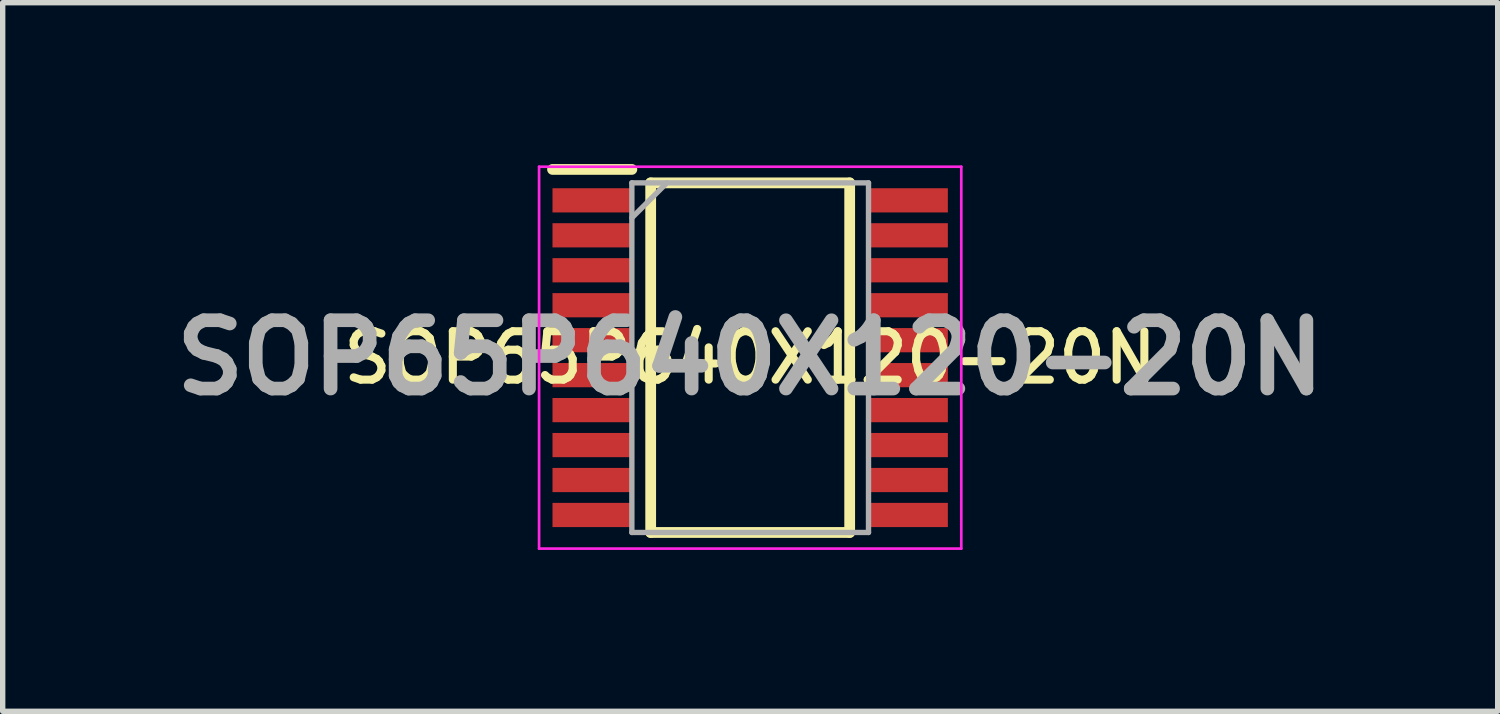
<source format=kicad_pcb>
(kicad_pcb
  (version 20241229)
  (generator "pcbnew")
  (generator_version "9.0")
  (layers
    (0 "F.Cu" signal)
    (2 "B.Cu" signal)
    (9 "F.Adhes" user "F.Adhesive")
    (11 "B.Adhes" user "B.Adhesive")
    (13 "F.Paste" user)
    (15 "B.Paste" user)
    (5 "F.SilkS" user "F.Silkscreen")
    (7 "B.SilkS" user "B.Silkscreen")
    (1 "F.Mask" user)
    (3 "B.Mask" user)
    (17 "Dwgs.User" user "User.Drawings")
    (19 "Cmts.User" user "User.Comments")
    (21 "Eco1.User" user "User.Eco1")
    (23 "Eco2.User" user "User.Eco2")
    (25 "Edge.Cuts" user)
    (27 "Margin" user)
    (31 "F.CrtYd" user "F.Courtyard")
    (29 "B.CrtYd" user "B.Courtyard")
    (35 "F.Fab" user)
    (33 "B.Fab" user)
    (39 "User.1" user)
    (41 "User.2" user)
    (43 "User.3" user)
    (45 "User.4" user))
  (footprint "SOP65P640X120-20N"
    (layer "F.Cu")
    (at 10.898 3.6)
    (property "Reference" "SOP65P640X120-20N" (at 0 0 0) (layer "F.SilkS") (effects (font (size 0.9 0.9) (thickness 0.15) (bold yes))))
    (attr smd)
    (fp_line (start -3.675 -3.5) (end -2.2 -3.5) (stroke (width 0.2) (type solid)) (layer "F.SilkS"))
    (fp_line (start -1.85 -3.25) (end 1.85 -3.25) (stroke (width 0.2) (type solid)) (layer "F.SilkS"))
    (fp_line (start -1.85 3.25) (end -1.85 -3.25) (stroke (width 0.2) (type solid)) (layer "F.SilkS"))
    (fp_line (start 1.85 -3.25) (end 1.85 3.25) (stroke (width 0.2) (type solid)) (layer "F.SilkS"))
    (fp_line (start 1.85 3.25) (end -1.85 3.25) (stroke (width 0.2) (type solid)) (layer "F.SilkS"))
    (fp_line (start -3.925 -3.55) (end 3.925 -3.55) (stroke (width 0.05) (type solid)) (layer "F.CrtYd"))
    (fp_line (start -3.925 3.55) (end -3.925 -3.55) (stroke (width 0.05) (type solid)) (layer "F.CrtYd"))
    (fp_line (start 3.925 -3.55) (end 3.925 3.55) (stroke (width 0.05) (type solid)) (layer "F.CrtYd"))
    (fp_line (start 3.925 3.55) (end -3.925 3.55) (stroke (width 0.05) (type solid)) (layer "F.CrtYd"))
    (fp_line (start -2.2 -3.25) (end 2.2 -3.25) (stroke (width 0.1) (type solid)) (layer "F.Fab"))
    (fp_line (start -2.2 -2.6) (end -1.55 -3.25) (stroke (width 0.1) (type solid)) (layer "F.Fab"))
    (fp_line (start -2.2 3.25) (end -2.2 -3.25) (stroke (width 0.1) (type solid)) (layer "F.Fab"))
    (fp_line (start 2.2 -3.25) (end 2.2 3.25) (stroke (width 0.1) (type solid)) (layer "F.Fab"))
    (fp_line (start 2.2 3.25) (end -2.2 3.25) (stroke (width 0.1) (type solid)) (layer "F.Fab"))
    (fp_text user "${REFERENCE}" (at 0 0 0) (layer "F.Fab") (effects (font (size 1.27 1.27) (thickness 0.254))))
    (pad "1" smd rect (at -2.938 -2.925 90) (size 0.45 1.475) (layers "F.Cu" "F.Mask" "F.Paste"))
    (pad "2" smd rect (at -2.938 -2.275 90) (size 0.45 1.475) (layers "F.Cu" "F.Mask" "F.Paste"))
    (pad "3" smd rect (at -2.938 -1.625 90) (size 0.45 1.475) (layers "F.Cu" "F.Mask" "F.Paste"))
    (pad "4" smd rect (at -2.938 -0.975 90) (size 0.45 1.475) (layers "F.Cu" "F.Mask" "F.Paste"))
    (pad "5" smd rect (at -2.938 -0.325 90) (size 0.45 1.475) (layers "F.Cu" "F.Mask" "F.Paste"))
    (pad "6" smd rect (at -2.938 0.325 90) (size 0.45 1.475) (layers "F.Cu" "F.Mask" "F.Paste"))
    (pad "7" smd rect (at -2.938 0.975 90) (size 0.45 1.475) (layers "F.Cu" "F.Mask" "F.Paste"))
    (pad "8" smd rect (at -2.938 1.625 90) (size 0.45 1.475) (layers "F.Cu" "F.Mask" "F.Paste"))
    (pad "9" smd rect (at -2.938 2.275 90) (size 0.45 1.475) (layers "F.Cu" "F.Mask" "F.Paste"))
    (pad "10" smd rect (at -2.938 2.925 90) (size 0.45 1.475) (layers "F.Cu" "F.Mask" "F.Paste"))
    (pad "11" smd rect (at 2.938 2.925 90) (size 0.45 1.475) (layers "F.Cu" "F.Mask" "F.Paste"))
    (pad "12" smd rect (at 2.938 2.275 90) (size 0.45 1.475) (layers "F.Cu" "F.Mask" "F.Paste"))
    (pad "13" smd rect (at 2.938 1.625 90) (size 0.45 1.475) (layers "F.Cu" "F.Mask" "F.Paste"))
    (pad "14" smd rect (at 2.938 0.975 90) (size 0.45 1.475) (layers "F.Cu" "F.Mask" "F.Paste"))
    (pad "15" smd rect (at 2.938 0.325 90) (size 0.45 1.475) (layers "F.Cu" "F.Mask" "F.Paste"))
    (pad "16" smd rect (at 2.938 -0.325 90) (size 0.45 1.475) (layers "F.Cu" "F.Mask" "F.Paste"))
    (pad "17" smd rect (at 2.938 -0.975 90) (size 0.45 1.475) (layers "F.Cu" "F.Mask" "F.Paste"))
    (pad "18" smd rect (at 2.938 -1.625 90) (size 0.45 1.475) (layers "F.Cu" "F.Mask" "F.Paste"))
    (pad "19" smd rect (at 2.938 -2.275 90) (size 0.45 1.475) (layers "F.Cu" "F.Mask" "F.Paste"))
    (pad "20" smd rect (at 2.938 -2.925 90) (size 0.45 1.475) (layers "F.Cu" "F.Mask" "F.Paste")))
  (gr_rect
    (start -3 -3)
    (end 24.796 10.175)
    (stroke (width 0.1) (type default))
    (fill no)
    (layer "Edge.Cuts")))
</source>
